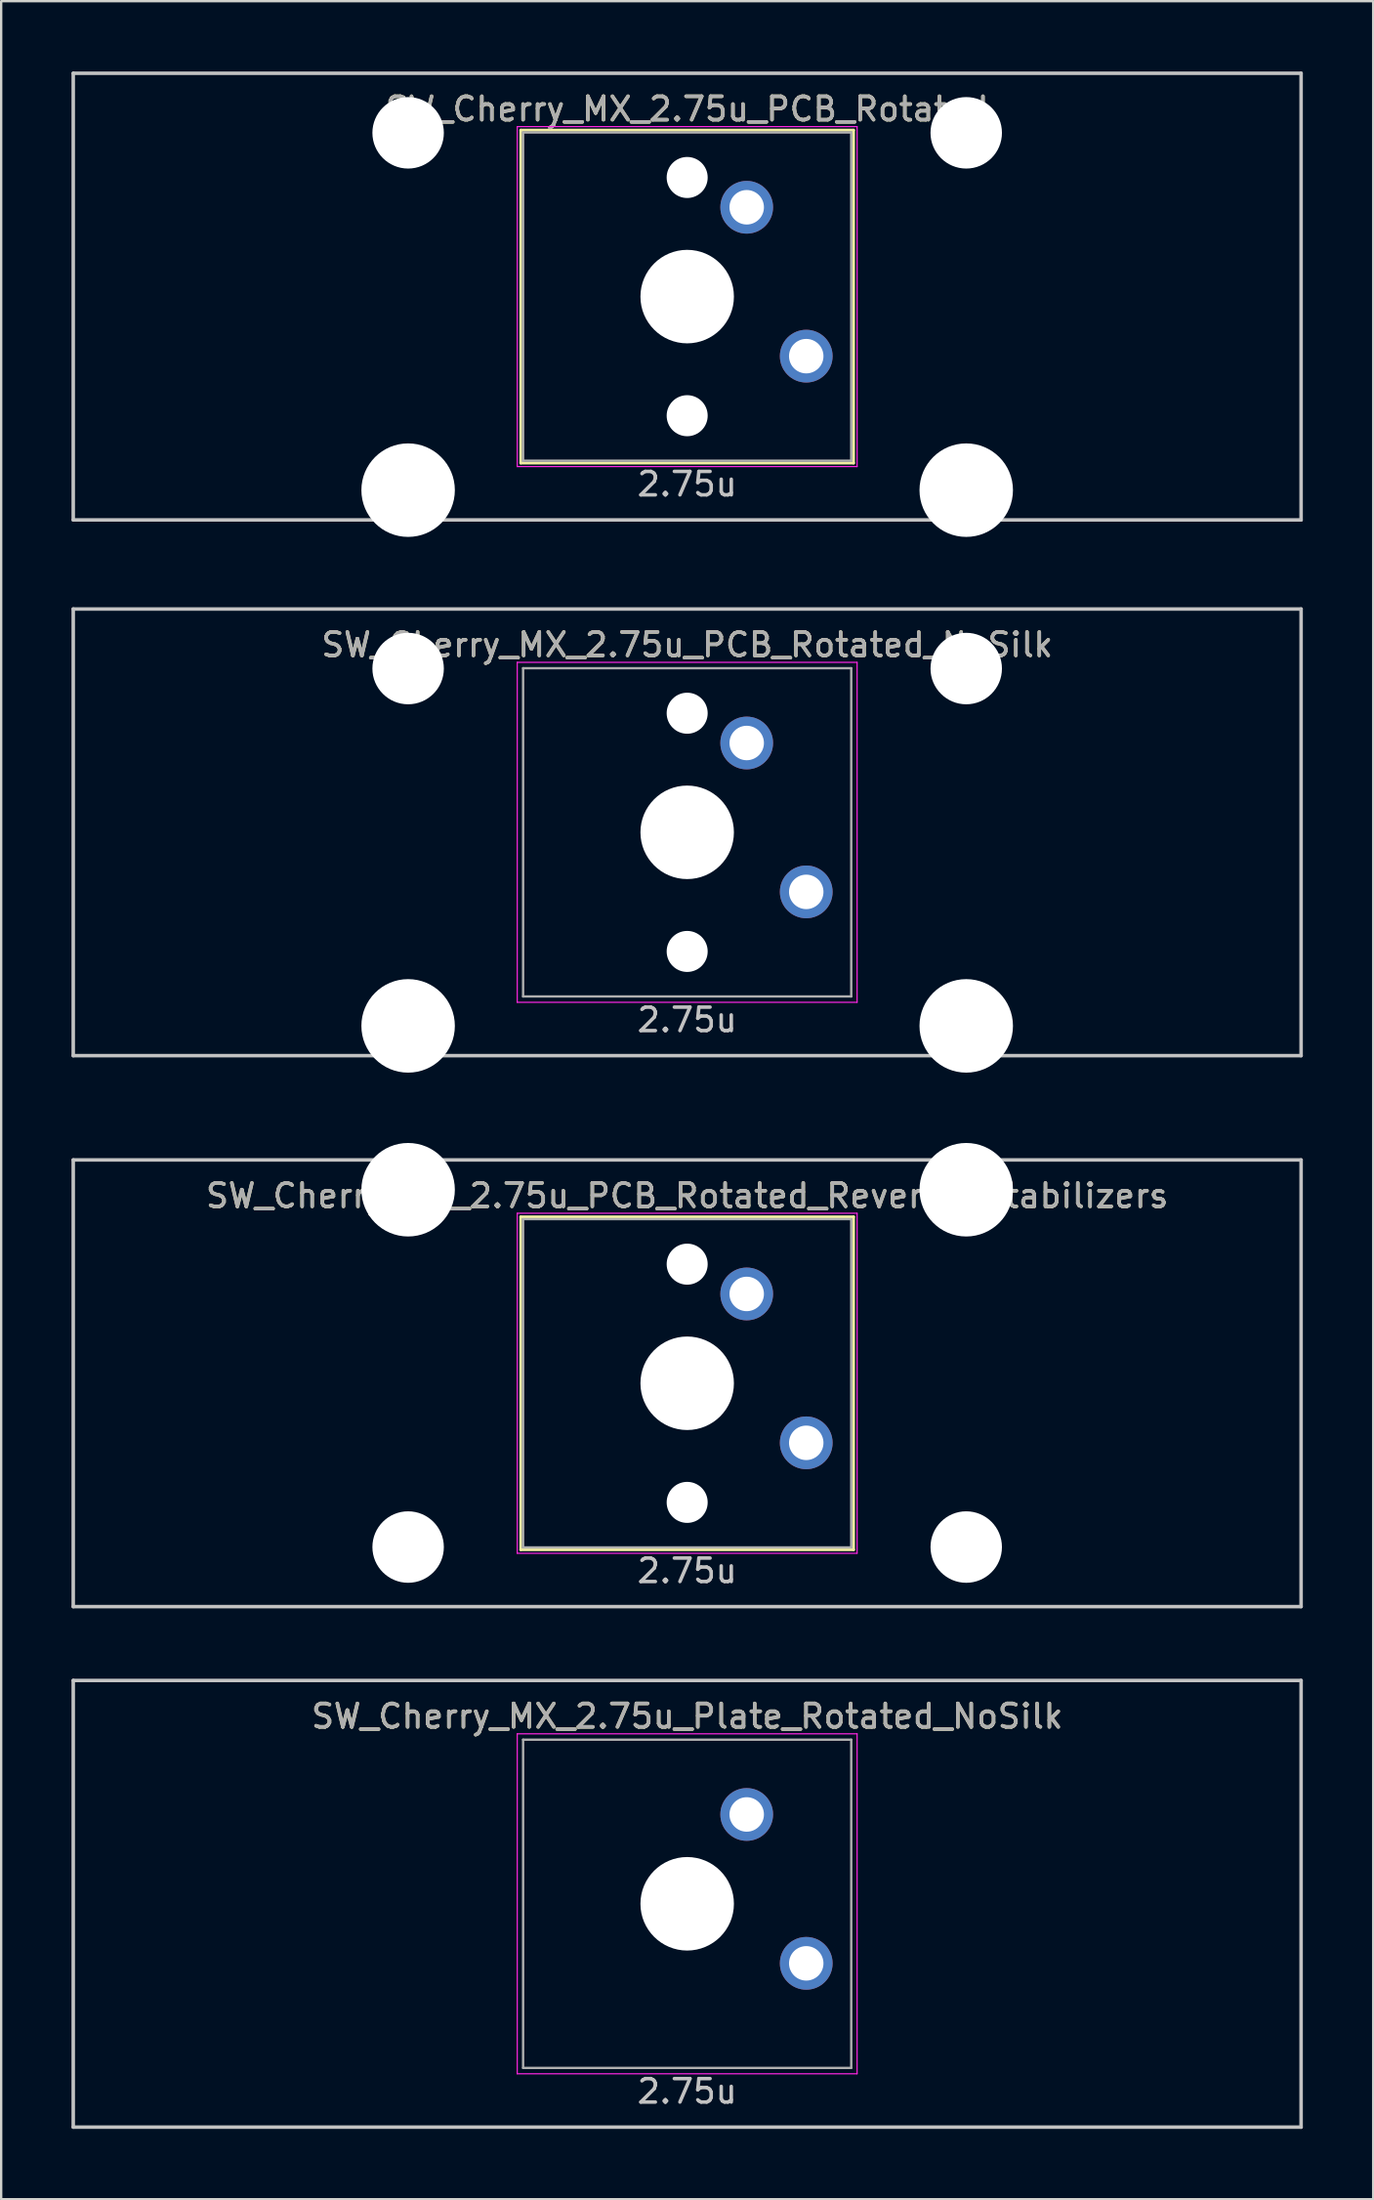
<source format=kicad_pcb>
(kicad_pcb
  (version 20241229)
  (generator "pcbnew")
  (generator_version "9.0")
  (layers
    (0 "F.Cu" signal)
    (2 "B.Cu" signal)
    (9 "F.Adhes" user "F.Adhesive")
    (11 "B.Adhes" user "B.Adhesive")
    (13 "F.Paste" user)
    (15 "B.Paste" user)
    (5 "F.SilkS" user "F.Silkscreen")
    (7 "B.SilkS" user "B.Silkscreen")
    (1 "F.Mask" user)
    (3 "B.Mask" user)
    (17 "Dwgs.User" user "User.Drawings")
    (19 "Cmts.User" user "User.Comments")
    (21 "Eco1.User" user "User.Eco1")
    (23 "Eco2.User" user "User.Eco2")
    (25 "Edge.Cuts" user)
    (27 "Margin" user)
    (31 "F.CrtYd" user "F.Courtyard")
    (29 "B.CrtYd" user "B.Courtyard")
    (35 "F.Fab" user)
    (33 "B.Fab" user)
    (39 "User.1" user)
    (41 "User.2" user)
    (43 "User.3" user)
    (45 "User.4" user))
  (footprint "SW_Cherry_MX_2.75u_Plate_Rotated_NoSilk"
    (layer "F.Cu")
    (at 26.269 78.147)
    (property "Reference" "SW_Cherry_MX_2.75u_Plate_Rotated_NoSilk" (at 0 -8 0) (layer "F.SilkS") (effects (font (size 1 1) (thickness 0.15))))
    (attr through_hole)
    (fp_line (start -26.194 -9.525) (end 26.194 -9.525) (stroke (width 0.15) (type solid)) (layer "Dwgs.User"))
    (fp_line (start -26.194 9.525) (end -26.194 -9.525) (stroke (width 0.15) (type solid)) (layer "Dwgs.User"))
    (fp_line (start -26.194 9.525) (end 26.194 9.525) (stroke (width 0.15) (type solid)) (layer "Dwgs.User"))
    (fp_line (start 26.194 -9.525) (end 26.194 9.525) (stroke (width 0.15) (type solid)) (layer "Dwgs.User"))
    (fp_line (start -7.25 -7.25) (end 7.25 -7.25) (stroke (width 0.05) (type solid)) (layer "F.CrtYd"))
    (fp_line (start -7.25 7.25) (end -7.25 -7.25) (stroke (width 0.05) (type solid)) (layer "F.CrtYd"))
    (fp_line (start 7.25 -7.25) (end 7.25 7.25) (stroke (width 0.05) (type solid)) (layer "F.CrtYd"))
    (fp_line (start 7.25 7.25) (end -7.25 7.25) (stroke (width 0.05) (type solid)) (layer "F.CrtYd"))
    (fp_line (start -7 -7) (end 7 -7) (stroke (width 0.1) (type solid)) (layer "F.Fab"))
    (fp_line (start -7 7) (end -7 -7) (stroke (width 0.1) (type solid)) (layer "F.Fab"))
    (fp_line (start 7 -7) (end 7 7) (stroke (width 0.1) (type solid)) (layer "F.Fab"))
    (fp_line (start 7 7) (end -7 7) (stroke (width 0.1) (type solid)) (layer "F.Fab"))
    (fp_text user "2.75u" (at 0 8 0) (layer "Dwgs.User") (effects (font (size 1 1) (thickness 0.15))))
    (fp_text user "${REFERENCE}" (at 0 -8 0) (layer "F.Fab") (effects (font (size 1 1) (thickness 0.15))))
    (pad "" np_thru_hole circle (at 0 0 270) (size 3.988 3.988) (drill 3.988) (layers "*.Cu" "*.Mask"))
    (pad "1" thru_hole circle (at 2.54 -3.81 270) (size 2.25 2.25) (drill 1.47) (layers "*.Cu" "B.Mask"))
    (pad "2" thru_hole circle (at 5.08 2.54 270) (size 2.25 2.25) (drill 1.47) (layers "*.Cu" "B.Mask")))
  (footprint "SW_Cherry_MX_2.75u_PCB_Rotated_NoSilk"
    (layer "F.Cu")
    (at 26.269 32.449)
    (property "Reference" "SW_Cherry_MX_2.75u_PCB_Rotated_NoSilk" (at 0 -8 0) (layer "F.SilkS") (effects (font (size 1 1) (thickness 0.15))))
    (attr through_hole)
    (fp_line (start -26.194 -9.525) (end 26.194 -9.525) (stroke (width 0.15) (type solid)) (layer "Dwgs.User"))
    (fp_line (start -26.194 9.525) (end -26.194 -9.525) (stroke (width 0.15) (type solid)) (layer "Dwgs.User"))
    (fp_line (start -26.194 9.525) (end 26.194 9.525) (stroke (width 0.15) (type solid)) (layer "Dwgs.User"))
    (fp_line (start 26.194 -9.525) (end 26.194 9.525) (stroke (width 0.15) (type solid)) (layer "Dwgs.User"))
    (fp_line (start -7.25 -7.25) (end 7.25 -7.25) (stroke (width 0.05) (type solid)) (layer "F.CrtYd"))
    (fp_line (start -7.25 7.25) (end -7.25 -7.25) (stroke (width 0.05) (type solid)) (layer "F.CrtYd"))
    (fp_line (start 7.25 -7.25) (end 7.25 7.25) (stroke (width 0.05) (type solid)) (layer "F.CrtYd"))
    (fp_line (start 7.25 7.25) (end -7.25 7.25) (stroke (width 0.05) (type solid)) (layer "F.CrtYd"))
    (fp_line (start -7 -7) (end 7 -7) (stroke (width 0.1) (type solid)) (layer "F.Fab"))
    (fp_line (start -7 7) (end -7 -7) (stroke (width 0.1) (type solid)) (layer "F.Fab"))
    (fp_line (start 7 -7) (end 7 7) (stroke (width 0.1) (type solid)) (layer "F.Fab"))
    (fp_line (start 7 7) (end -7 7) (stroke (width 0.1) (type solid)) (layer "F.Fab"))
    (fp_text user "2.75u" (at 0 8 0) (layer "Dwgs.User") (effects (font (size 1 1) (thickness 0.15))))
    (fp_text user "${REFERENCE}" (at 0 -8 0) (layer "F.Fab") (effects (font (size 1 1) (thickness 0.15))))
    (pad "" np_thru_hole circle (at -11.906 -6.985) (size 3.048 3.048) (drill 3.048) (layers "*.Cu" "*.Mask"))
    (pad "" np_thru_hole circle (at -11.906 8.255) (size 3.988 3.988) (drill 3.988) (layers "*.Cu" "*.Mask"))
    (pad "" np_thru_hole circle (at 0 -5.08 318.1) (size 1.75 1.75) (drill 1.75) (layers "*.Cu" "*.Mask"))
    (pad "" np_thru_hole circle (at 0 0 270) (size 3.988 3.988) (drill 3.988) (layers "*.Cu" "*.Mask"))
    (pad "" np_thru_hole circle (at 0 5.08 318.1) (size 1.75 1.75) (drill 1.75) (layers "*.Cu" "*.Mask"))
    (pad "" np_thru_hole circle (at 11.906 -6.985) (size 3.048 3.048) (drill 3.048) (layers "*.Cu" "*.Mask"))
    (pad "" np_thru_hole circle (at 11.906 8.255) (size 3.988 3.988) (drill 3.988) (layers "*.Cu" "*.Mask"))
    (pad "1" thru_hole circle (at 2.54 -3.81 270) (size 2.25 2.25) (drill 1.47) (layers "*.Cu" "B.Mask"))
    (pad "2" thru_hole circle (at 5.08 2.54 270) (size 2.25 2.25) (drill 1.47) (layers "*.Cu" "B.Mask")))
  (footprint "SW_Cherry_MX_2.75u_PCB_Rotated_ReversedStabilizers"
    (layer "F.Cu")
    (at 26.269 55.947)
    (property "Reference" "SW_Cherry_MX_2.75u_PCB_Rotated_ReversedStabilizers" (at 0 -8 0) (layer "F.SilkS") (effects (font (size 1 1) (thickness 0.15))))
    (attr through_hole)
    (fp_line (start -7.1 -7.1) (end 7.1 -7.1) (stroke (width 0.12) (type solid)) (layer "F.SilkS"))
    (fp_line (start -7.1 7.1) (end -7.1 -7.1) (stroke (width 0.12) (type solid)) (layer "F.SilkS"))
    (fp_line (start 7.1 -7.1) (end 7.1 7.1) (stroke (width 0.12) (type solid)) (layer "F.SilkS"))
    (fp_line (start 7.1 7.1) (end -7.1 7.1) (stroke (width 0.12) (type solid)) (layer "F.SilkS"))
    (fp_line (start -26.194 -9.525) (end 26.194 -9.525) (stroke (width 0.15) (type solid)) (layer "Dwgs.User"))
    (fp_line (start -26.194 9.525) (end -26.194 -9.525) (stroke (width 0.15) (type solid)) (layer "Dwgs.User"))
    (fp_line (start -26.194 9.525) (end 26.194 9.525) (stroke (width 0.15) (type solid)) (layer "Dwgs.User"))
    (fp_line (start 26.194 -9.525) (end 26.194 9.525) (stroke (width 0.15) (type solid)) (layer "Dwgs.User"))
    (fp_line (start -7.25 -7.25) (end 7.25 -7.25) (stroke (width 0.05) (type solid)) (layer "F.CrtYd"))
    (fp_line (start -7.25 7.25) (end -7.25 -7.25) (stroke (width 0.05) (type solid)) (layer "F.CrtYd"))
    (fp_line (start 7.25 -7.25) (end 7.25 7.25) (stroke (width 0.05) (type solid)) (layer "F.CrtYd"))
    (fp_line (start 7.25 7.25) (end -7.25 7.25) (stroke (width 0.05) (type solid)) (layer "F.CrtYd"))
    (fp_line (start -7 -7) (end 7 -7) (stroke (width 0.1) (type solid)) (layer "F.Fab"))
    (fp_line (start -7 7) (end -7 -7) (stroke (width 0.1) (type solid)) (layer "F.Fab"))
    (fp_line (start 7 -7) (end 7 7) (stroke (width 0.1) (type solid)) (layer "F.Fab"))
    (fp_line (start 7 7) (end -7 7) (stroke (width 0.1) (type solid)) (layer "F.Fab"))
    (fp_text user "2.75u" (at 0 8 0) (layer "Dwgs.User") (effects (font (size 1 1) (thickness 0.15))))
    (fp_text user "${REFERENCE}" (at 0 -8 0) (layer "F.Fab") (effects (font (size 1 1) (thickness 0.15))))
    (pad "" np_thru_hole circle (at -11.906 -8.255) (size 3.988 3.988) (drill 3.988) (layers "*.Cu" "*.Mask"))
    (pad "" np_thru_hole circle (at -11.906 6.985) (size 3.048 3.048) (drill 3.048) (layers "*.Cu" "*.Mask"))
    (pad "" np_thru_hole circle (at 0 -5.08 318.1) (size 1.75 1.75) (drill 1.75) (layers "*.Cu" "*.Mask"))
    (pad "" np_thru_hole circle (at 0 0 270) (size 3.988 3.988) (drill 3.988) (layers "*.Cu" "*.Mask"))
    (pad "" np_thru_hole circle (at 0 5.08 318.1) (size 1.75 1.75) (drill 1.75) (layers "*.Cu" "*.Mask"))
    (pad "" np_thru_hole circle (at 11.906 -8.255) (size 3.988 3.988) (drill 3.988) (layers "*.Cu" "*.Mask"))
    (pad "" np_thru_hole circle (at 11.906 6.985) (size 3.048 3.048) (drill 3.048) (layers "*.Cu" "*.Mask"))
    (pad "1" thru_hole circle (at 2.54 -3.81 270) (size 2.25 2.25) (drill 1.47) (layers "*.Cu" "B.Mask"))
    (pad "2" thru_hole circle (at 5.08 2.54 270) (size 2.25 2.25) (drill 1.47) (layers "*.Cu" "B.Mask")))
  (footprint "SW_Cherry_MX_2.75u_PCB_Rotated"
    (layer "F.Cu")
    (at 26.269 9.6)
    (property "Reference" "SW_Cherry_MX_2.75u_PCB_Rotated" (at 0 -8 0) (layer "F.SilkS") (effects (font (size 1 1) (thickness 0.15))))
    (attr through_hole)
    (fp_line (start -7.1 -7.1) (end 7.1 -7.1) (stroke (width 0.12) (type solid)) (layer "F.SilkS"))
    (fp_line (start -7.1 7.1) (end -7.1 -7.1) (stroke (width 0.12) (type solid)) (layer "F.SilkS"))
    (fp_line (start 7.1 -7.1) (end 7.1 7.1) (stroke (width 0.12) (type solid)) (layer "F.SilkS"))
    (fp_line (start 7.1 7.1) (end -7.1 7.1) (stroke (width 0.12) (type solid)) (layer "F.SilkS"))
    (fp_line (start -26.194 -9.525) (end 26.194 -9.525) (stroke (width 0.15) (type solid)) (layer "Dwgs.User"))
    (fp_line (start -26.194 9.525) (end -26.194 -9.525) (stroke (width 0.15) (type solid)) (layer "Dwgs.User"))
    (fp_line (start -26.194 9.525) (end 26.194 9.525) (stroke (width 0.15) (type solid)) (layer "Dwgs.User"))
    (fp_line (start 26.194 -9.525) (end 26.194 9.525) (stroke (width 0.15) (type solid)) (layer "Dwgs.User"))
    (fp_line (start -7.25 -7.25) (end 7.25 -7.25) (stroke (width 0.05) (type solid)) (layer "F.CrtYd"))
    (fp_line (start -7.25 7.25) (end -7.25 -7.25) (stroke (width 0.05) (type solid)) (layer "F.CrtYd"))
    (fp_line (start 7.25 -7.25) (end 7.25 7.25) (stroke (width 0.05) (type solid)) (layer "F.CrtYd"))
    (fp_line (start 7.25 7.25) (end -7.25 7.25) (stroke (width 0.05) (type solid)) (layer "F.CrtYd"))
    (fp_line (start -7 -7) (end 7 -7) (stroke (width 0.1) (type solid)) (layer "F.Fab"))
    (fp_line (start -7 7) (end -7 -7) (stroke (width 0.1) (type solid)) (layer "F.Fab"))
    (fp_line (start 7 -7) (end 7 7) (stroke (width 0.1) (type solid)) (layer "F.Fab"))
    (fp_line (start 7 7) (end -7 7) (stroke (width 0.1) (type solid)) (layer "F.Fab"))
    (fp_text user "2.75u" (at 0 8 0) (layer "Dwgs.User") (effects (font (size 1 1) (thickness 0.15))))
    (fp_text user "${REFERENCE}" (at 0 -8 0) (layer "F.Fab") (effects (font (size 1 1) (thickness 0.15))))
    (pad "" np_thru_hole circle (at -11.906 -6.985) (size 3.048 3.048) (drill 3.048) (layers "*.Cu" "*.Mask"))
    (pad "" np_thru_hole circle (at -11.906 8.255) (size 3.988 3.988) (drill 3.988) (layers "*.Cu" "*.Mask"))
    (pad "" np_thru_hole circle (at 0 -5.08 318.1) (size 1.75 1.75) (drill 1.75) (layers "*.Cu" "*.Mask"))
    (pad "" np_thru_hole circle (at 0 0 270) (size 3.988 3.988) (drill 3.988) (layers "*.Cu" "*.Mask"))
    (pad "" np_thru_hole circle (at 0 5.08 318.1) (size 1.75 1.75) (drill 1.75) (layers "*.Cu" "*.Mask"))
    (pad "" np_thru_hole circle (at 11.906 -6.985) (size 3.048 3.048) (drill 3.048) (layers "*.Cu" "*.Mask"))
    (pad "" np_thru_hole circle (at 11.906 8.255) (size 3.988 3.988) (drill 3.988) (layers "*.Cu" "*.Mask"))
    (pad "1" thru_hole circle (at 2.54 -3.81 270) (size 2.25 2.25) (drill 1.47) (layers "*.Cu" "B.Mask"))
    (pad "2" thru_hole circle (at 5.08 2.54 270) (size 2.25 2.25) (drill 1.47) (layers "*.Cu" "B.Mask")))
  (gr_rect
    (start -3 -3)
    (end 55.538 90.747)
    (stroke (width 0.1) (type default))
    (fill no)
    (layer "Edge.Cuts")))
</source>
